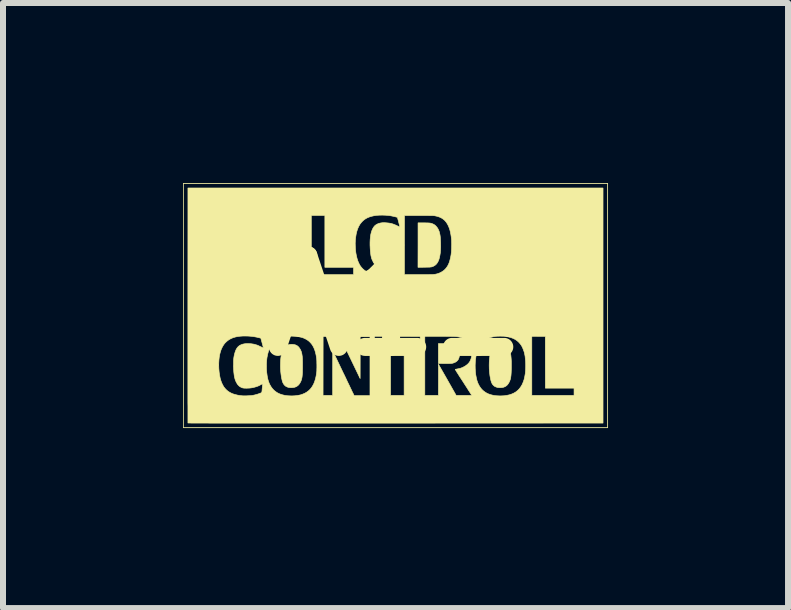
<source format=kicad_pcb>
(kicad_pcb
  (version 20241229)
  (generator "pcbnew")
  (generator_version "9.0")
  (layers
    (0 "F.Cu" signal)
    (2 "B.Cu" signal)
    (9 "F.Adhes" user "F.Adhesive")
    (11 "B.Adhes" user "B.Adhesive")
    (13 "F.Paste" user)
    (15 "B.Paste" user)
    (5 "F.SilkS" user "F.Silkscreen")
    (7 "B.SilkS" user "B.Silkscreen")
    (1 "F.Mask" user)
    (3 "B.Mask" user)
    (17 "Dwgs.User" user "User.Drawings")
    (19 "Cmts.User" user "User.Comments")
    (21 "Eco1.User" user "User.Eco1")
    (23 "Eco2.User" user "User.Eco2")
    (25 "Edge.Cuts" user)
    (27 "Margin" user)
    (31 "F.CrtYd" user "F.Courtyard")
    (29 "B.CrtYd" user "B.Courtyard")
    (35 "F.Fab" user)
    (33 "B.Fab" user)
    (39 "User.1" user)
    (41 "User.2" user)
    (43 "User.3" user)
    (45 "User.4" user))
  (footprint "A11"
    (layer "F.Cu")
    (at 3.54 2.042)
    (property "Reference" "A11" (at 0 0 0) (layer "F.SilkS") (effects (font (size 1.524 1.524) (thickness 0.3))))
    (attr through_hole)
    (fp_poly (pts (xy 3.538 2.037) (xy -3.535 2.037) (xy -3.535 -2.034) (xy -3.533 -2.034) (xy -3.533 2.034) (xy 3.535 2.034) (xy 3.535 -2.034) (xy -3.533 -2.034) (xy -3.535 -2.034) (xy -3.535 -2.037) (xy 3.538 -2.037) (xy 3.538 2.037)) (stroke (width 0.01) (type solid)) (fill yes) (layer "F.SilkS"))
    (fp_poly (pts (xy 0.831 0.635) (xy 0.946 0.636) (xy 0.966 0.643) (xy 0.986 0.651) (xy 1.002 0.661) (xy 1.016 0.672) (xy 1.025 0.682) (xy 1.041 0.703) (xy 1.054 0.728) (xy 1.062 0.756) (xy 1.067 0.787) (xy 1.068 0.81) (xy 1.066 0.841) (xy 1.06 0.868) (xy 1.051 0.892) (xy 1.038 0.913) (xy 1.02 0.93) (xy 0.999 0.944) (xy 0.974 0.955) (xy 0.958 0.96) (xy 0.951 0.962) (xy 0.942 0.963) (xy 0.931 0.965) (xy 0.919 0.965) (xy 0.903 0.966) (xy 0.884 0.966) (xy 0.862 0.967) (xy 0.836 0.966) (xy 0.805 0.966) (xy 0.779 0.966) (xy 0.716 0.965) (xy 0.716 0.634) (xy 0.831 0.635)) (stroke (width 0.01) (type solid)) (fill yes) (layer "F.SilkS"))
    (fp_poly (pts (xy 0.469 -1.378) (xy 0.496 -1.378) (xy 0.519 -1.377) (xy 0.539 -1.377) (xy 0.555 -1.376) (xy 0.568 -1.375) (xy 0.58 -1.374) (xy 0.591 -1.371) (xy 0.6 -1.369) (xy 0.61 -1.366) (xy 0.621 -1.361) (xy 0.622 -1.361) (xy 0.642 -1.351) (xy 0.66 -1.339) (xy 0.676 -1.324) (xy 0.692 -1.305) (xy 0.7 -1.294) (xy 0.711 -1.276) (xy 0.72 -1.256) (xy 0.729 -1.235) (xy 0.735 -1.212) (xy 0.741 -1.187) (xy 0.746 -1.158) (xy 0.749 -1.126) (xy 0.751 -1.091) (xy 0.753 -1.05) (xy 0.753 -1.032) (xy 0.754 -0.976) (xy 0.752 -0.924) (xy 0.748 -0.877) (xy 0.741 -0.834) (xy 0.733 -0.796) (xy 0.723 -0.762) (xy 0.71 -0.732) (xy 0.695 -0.707) (xy 0.678 -0.686) (xy 0.659 -0.67) (xy 0.642 -0.66) (xy 0.633 -0.655) (xy 0.624 -0.651) (xy 0.616 -0.648) (xy 0.607 -0.645) (xy 0.597 -0.643) (xy 0.586 -0.642) (xy 0.573 -0.64) (xy 0.557 -0.64) (xy 0.538 -0.639) (xy 0.516 -0.639) (xy 0.489 -0.638) (xy 0.479 -0.638) (xy 0.376 -0.637) (xy 0.377 -1.007) (xy 0.377 -1.378) (xy 0.469 -1.378)) (stroke (width 0.01) (type solid)) (fill yes) (layer "F.SilkS"))
    (fp_poly (pts (xy 1.766 0.647) (xy 1.786 0.649) (xy 1.803 0.653) (xy 1.825 0.661) (xy 1.846 0.674) (xy 1.865 0.689) (xy 1.876 0.702) (xy 1.887 0.718) (xy 1.897 0.736) (xy 1.905 0.757) (xy 1.913 0.779) (xy 1.919 0.804) (xy 1.924 0.832) (xy 1.927 0.863) (xy 1.93 0.897) (xy 1.932 0.936) (xy 1.932 0.979) (xy 1.932 1.026) (xy 1.932 1.037) (xy 1.931 1.076) (xy 1.93 1.109) (xy 1.928 1.139) (xy 1.926 1.165) (xy 1.923 1.187) (xy 1.92 1.208) (xy 1.916 1.226) (xy 1.91 1.243) (xy 1.905 1.258) (xy 1.9 1.269) (xy 1.885 1.296) (xy 1.869 1.319) (xy 1.85 1.337) (xy 1.828 1.351) (xy 1.804 1.361) (xy 1.777 1.367) (xy 1.747 1.369) (xy 1.742 1.369) (xy 1.729 1.368) (xy 1.715 1.367) (xy 1.704 1.366) (xy 1.7 1.365) (xy 1.675 1.357) (xy 1.652 1.346) (xy 1.633 1.33) (xy 1.617 1.312) (xy 1.617 1.311) (xy 1.606 1.292) (xy 1.597 1.268) (xy 1.589 1.24) (xy 1.582 1.207) (xy 1.575 1.168) (xy 1.57 1.125) (xy 1.568 1.109) (xy 1.564 1.053) (xy 1.563 0.998) (xy 1.564 0.945) (xy 1.567 0.895) (xy 1.573 0.847) (xy 1.581 0.802) (xy 1.592 0.762) (xy 1.594 0.756) (xy 1.605 0.728) (xy 1.618 0.705) (xy 1.634 0.686) (xy 1.653 0.671) (xy 1.676 0.659) (xy 1.702 0.652) (xy 1.726 0.648) (xy 1.745 0.647) (xy 1.766 0.647)) (stroke (width 0.01) (type solid)) (fill yes) (layer "F.SilkS"))
    (fp_poly (pts (xy -1.69 0.65) (xy -1.666 0.656) (xy -1.646 0.665) (xy -1.645 0.665) (xy -1.628 0.677) (xy -1.611 0.693) (xy -1.596 0.714) (xy -1.582 0.737) (xy -1.571 0.762) (xy -1.563 0.789) (xy -1.561 0.797) (xy -1.558 0.813) (xy -1.556 0.828) (xy -1.553 0.843) (xy -1.552 0.86) (xy -1.55 0.877) (xy -1.549 0.897) (xy -1.549 0.919) (xy -1.548 0.945) (xy -1.548 0.975) (xy -1.548 1.006) (xy -1.548 1.045) (xy -1.549 1.081) (xy -1.549 1.112) (xy -1.551 1.139) (xy -1.553 1.163) (xy -1.555 1.184) (xy -1.558 1.203) (xy -1.562 1.22) (xy -1.566 1.236) (xy -1.571 1.25) (xy -1.577 1.265) (xy -1.582 1.275) (xy -1.597 1.301) (xy -1.614 1.323) (xy -1.634 1.34) (xy -1.655 1.353) (xy -1.68 1.362) (xy -1.707 1.367) (xy -1.738 1.369) (xy -1.738 1.369) (xy -1.751 1.368) (xy -1.765 1.367) (xy -1.776 1.366) (xy -1.78 1.365) (xy -1.805 1.357) (xy -1.828 1.345) (xy -1.847 1.329) (xy -1.863 1.309) (xy -1.876 1.285) (xy -1.884 1.264) (xy -1.893 1.227) (xy -1.901 1.186) (xy -1.907 1.143) (xy -1.912 1.097) (xy -1.915 1.05) (xy -1.916 1.002) (xy -1.915 0.955) (xy -1.913 0.91) (xy -1.909 0.866) (xy -1.908 0.865) (xy -1.904 0.835) (xy -1.898 0.806) (xy -1.892 0.779) (xy -1.885 0.754) (xy -1.877 0.734) (xy -1.869 0.717) (xy -1.868 0.715) (xy -1.858 0.7) (xy -1.844 0.686) (xy -1.83 0.674) (xy -1.815 0.665) (xy -1.815 0.665) (xy -1.792 0.656) (xy -1.768 0.65) (xy -1.742 0.647) (xy -1.715 0.647) (xy -1.69 0.65)) (stroke (width 0.01) (type solid)) (fill yes) (layer "F.SilkS"))
    (fp_poly (pts (xy 3.46 1.959) (xy 0.002 1.96) (xy -0.163 1.96) (xy -0.323 1.96) (xy -0.479 1.96) (xy -0.629 1.96) (xy -0.775 1.96) (xy -0.915 1.96) (xy -1.051 1.96) (xy -1.183 1.96) (xy -1.31 1.96) (xy -1.433 1.96) (xy -1.551 1.96) (xy -1.664 1.96) (xy -1.774 1.96) (xy -1.879 1.96) (xy -1.981 1.96) (xy -2.078 1.96) (xy -2.171 1.96) (xy -2.26 1.96) (xy -2.346 1.96) (xy -2.427 1.96) (xy -2.505 1.96) (xy -2.58 1.96) (xy -2.65 1.96) (xy -2.717 1.96) (xy -2.781 1.96) (xy -2.842 1.96) (xy -2.899 1.96) (xy -2.953 1.96) (xy -3.003 1.96) (xy -3.051 1.96) (xy -3.095 1.96) (xy -3.137 1.959) (xy -3.176 1.959) (xy -3.212 1.959) (xy -3.245 1.959) (xy -3.275 1.959) (xy -3.303 1.959) (xy -3.328 1.959) (xy -3.351 1.959) (xy -3.372 1.959) (xy -3.39 1.959) (xy -3.405 1.959) (xy -3.419 1.958) (xy -3.43 1.958) (xy -3.44 1.958) (xy -3.447 1.958) (xy -3.452 1.958) (xy -3.456 1.958) (xy -3.458 1.958) (xy -3.458 1.958) (xy -3.458 1.955) (xy -3.458 1.947) (xy -3.458 1.935) (xy -3.458 1.918) (xy -3.458 1.896) (xy -3.458 1.87) (xy -3.458 1.839) (xy -3.458 1.804) (xy -3.458 1.765) (xy -3.458 1.722) (xy -3.458 1.676) (xy -3.459 1.625) (xy -3.459 1.571) (xy -3.459 1.514) (xy -3.459 1.453) (xy -3.459 1.389) (xy -3.459 1.321) (xy -3.459 1.251) (xy -3.459 1.178) (xy -3.459 1.102) (xy -3.459 1.024) (xy -3.459 0.991) (xy -2.945 0.991) (xy -2.943 1.052) (xy -2.938 1.11) (xy -2.93 1.164) (xy -2.92 1.214) (xy -2.906 1.26) (xy -2.889 1.302) (xy -2.869 1.34) (xy -2.861 1.354) (xy -2.85 1.368) (xy -2.837 1.384) (xy -2.822 1.4) (xy -2.806 1.415) (xy -2.791 1.427) (xy -2.785 1.432) (xy -2.752 1.452) (xy -2.716 1.469) (xy -2.675 1.482) (xy -2.631 1.493) (xy -2.583 1.501) (xy -2.551 1.504) (xy -2.54 1.505) (xy -2.525 1.505) (xy -2.507 1.505) (xy -2.487 1.505) (xy -2.467 1.504) (xy -2.447 1.503) (xy -2.428 1.502) (xy -2.412 1.501) (xy -2.4 1.5) (xy -2.399 1.5) (xy -2.368 1.495) (xy -2.341 1.489) (xy -2.314 1.482) (xy -2.288 1.474) (xy -2.269 1.467) (xy -2.253 1.461) (xy -2.242 1.457) (xy -2.234 1.452) (xy -2.229 1.449) (xy -2.229 1.448) (xy -2.228 1.445) (xy -2.226 1.44) (xy -2.225 1.432) (xy -2.223 1.42) (xy -2.222 1.405) (xy -2.22 1.385) (xy -2.219 1.373) (xy -2.217 1.354) (xy -2.216 1.338) (xy -2.215 1.323) (xy -2.214 1.312) (xy -2.213 1.305) (xy -2.213 1.301) (xy -2.213 1.301) (xy -2.215 1.302) (xy -2.221 1.306) (xy -2.229 1.311) (xy -2.24 1.317) (xy -2.242 1.318) (xy -2.261 1.329) (xy -2.28 1.338) (xy -2.3 1.346) (xy -2.321 1.353) (xy -2.345 1.36) (xy -2.377 1.368) (xy -2.407 1.373) (xy -2.436 1.376) (xy -2.468 1.377) (xy -2.481 1.378) (xy -2.502 1.377) (xy -2.519 1.377) (xy -2.533 1.375) (xy -2.545 1.373) (xy -2.557 1.369) (xy -2.57 1.363) (xy -2.577 1.36) (xy -2.597 1.348) (xy -2.614 1.333) (xy -2.63 1.315) (xy -2.635 1.307) (xy -2.641 1.297) (xy -2.212 1.297) (xy -2.211 1.298) (xy -2.21 1.297) (xy -2.211 1.295) (xy -2.212 1.297) (xy -2.641 1.297) (xy -2.647 1.288) (xy -2.657 1.268) (xy -2.666 1.248) (xy -2.673 1.227) (xy -2.679 1.204) (xy -2.685 1.177) (xy -2.689 1.148) (xy -2.693 1.114) (xy -2.694 1.106) (xy -2.695 1.085) (xy -2.697 1.06) (xy -2.698 1.034) (xy -2.698 1.008) (xy -2.15 1.008) (xy -2.149 1.057) (xy -2.146 1.106) (xy -2.14 1.152) (xy -2.138 1.167) (xy -2.132 1.202) (xy -2.124 1.236) (xy -2.114 1.268) (xy -2.103 1.297) (xy -2.095 1.314) (xy -2.074 1.351) (xy -2.051 1.383) (xy -2.024 1.412) (xy -1.994 1.436) (xy -1.962 1.457) (xy -1.925 1.474) (xy -1.886 1.487) (xy -1.843 1.497) (xy -1.801 1.503) (xy -1.784 1.504) (xy -1.764 1.505) (xy -1.741 1.506) (xy -1.719 1.506) (xy -1.697 1.505) (xy -1.677 1.504) (xy -1.669 1.503) (xy -1.631 1.498) (xy -1.206 1.498) (xy -1.046 1.498) (xy -1.046 1.127) (xy -1.045 0.755) (xy -0.888 1.084) (xy -0.869 1.124) (xy -0.85 1.162) (xy -0.832 1.2) (xy -0.815 1.236) (xy -0.799 1.271) (xy -0.783 1.303) (xy -0.768 1.334) (xy -0.755 1.362) (xy -0.743 1.387) (xy -0.733 1.408) (xy -0.724 1.427) (xy -0.717 1.442) (xy -0.712 1.452) (xy -0.709 1.457) (xy -0.688 1.501) (xy -0.424 1.501) (xy -0.424 0.635) (xy -0.35 0.635) (xy -0.081 0.635) (xy -0.081 1.498) (xy 0.145 1.498) (xy 0.49 1.498) (xy 0.716 1.498) (xy 0.717 1.238) (xy 0.717 0.978) (xy 0.865 1.237) (xy 1.012 1.497) (xy 1.142 1.498) (xy 1.167 1.498) (xy 1.191 1.498) (xy 1.213 1.498) (xy 1.231 1.498) (xy 1.247 1.498) (xy 1.26 1.498) (xy 1.268 1.497) (xy 1.272 1.497) (xy 1.272 1.497) (xy 1.271 1.495) (xy 1.267 1.489) (xy 1.261 1.479) (xy 1.252 1.465) (xy 1.242 1.449) (xy 1.229 1.429) (xy 1.215 1.408) (xy 1.2 1.383) (xy 1.183 1.357) (xy 1.165 1.329) (xy 1.146 1.3) (xy 1.133 1.279) (xy 1.11 1.244) (xy 1.09 1.213) (xy 1.072 1.186) (xy 1.057 1.162) (xy 1.044 1.141) (xy 1.033 1.124) (xy 1.023 1.109) (xy 1.016 1.097) (xy 1.01 1.087) (xy 1.005 1.079) (xy 1.002 1.073) (xy 1 1.069) (xy 0.998 1.066) (xy 0.998 1.064) (xy 0.998 1.063) (xy 0.999 1.062) (xy 1 1.062) (xy 1.01 1.061) (xy 1.024 1.058) (xy 1.039 1.055) (xy 1.055 1.052) (xy 1.07 1.049) (xy 1.082 1.045) (xy 1.091 1.043) (xy 1.091 1.043) (xy 1.123 1.03) (xy 1.153 1.014) (xy 1.177 0.999) (xy 1.329 0.999) (xy 1.33 1.05) (xy 1.333 1.1) (xy 1.338 1.149) (xy 1.347 1.197) (xy 1.357 1.241) (xy 1.36 1.252) (xy 1.375 1.294) (xy 1.394 1.332) (xy 1.415 1.366) (xy 1.44 1.397) (xy 1.469 1.424) (xy 1.501 1.447) (xy 1.53 1.464) (xy 1.554 1.474) (xy 1.582 1.484) (xy 1.613 1.492) (xy 1.645 1.499) (xy 1.677 1.503) (xy 1.679 1.503) (xy 1.695 1.504) (xy 1.715 1.505) (xy 1.737 1.506) (xy 1.76 1.506) (xy 1.781 1.505) (xy 1.8 1.504) (xy 1.81 1.504) (xy 1.848 1.498) (xy 2.273 1.498) (xy 2.977 1.498) (xy 2.977 1.377) (xy 2.499 1.377) (xy 2.498 0.945) (xy 2.498 0.514) (xy 2.385 0.514) (xy 2.273 0.513) (xy 2.273 1.498) (xy 1.848 1.498) (xy 1.856 1.497) (xy 1.899 1.488) (xy 1.938 1.475) (xy 1.974 1.459) (xy 2.006 1.44) (xy 2.009 1.438) (xy 2.04 1.413) (xy 2.067 1.385) (xy 2.091 1.352) (xy 2.112 1.317) (xy 2.129 1.277) (xy 2.144 1.234) (xy 2.155 1.186) (xy 2.164 1.135) (xy 2.169 1.08) (xy 2.171 1.02) (xy 2.171 0.975) (xy 2.169 0.928) (xy 2.165 0.885) (xy 2.161 0.845) (xy 2.154 0.809) (xy 2.146 0.775) (xy 2.135 0.743) (xy 2.123 0.713) (xy 2.116 0.697) (xy 2.103 0.672) (xy 2.089 0.651) (xy 2.073 0.631) (xy 2.055 0.611) (xy 2.027 0.586) (xy 1.996 0.565) (xy 1.96 0.547) (xy 1.921 0.533) (xy 1.878 0.522) (xy 1.832 0.514) (xy 1.822 0.513) (xy 1.808 0.512) (xy 1.79 0.511) (xy 1.77 0.511) (xy 1.749 0.51) (xy 1.728 0.511) (xy 1.708 0.511) (xy 1.691 0.512) (xy 1.678 0.513) (xy 1.677 0.513) (xy 1.633 0.52) (xy 1.592 0.53) (xy 1.555 0.544) (xy 1.521 0.561) (xy 1.49 0.582) (xy 1.46 0.607) (xy 1.452 0.614) (xy 1.429 0.64) (xy 1.408 0.668) (xy 1.391 0.698) (xy 1.375 0.73) (xy 1.363 0.765) (xy 1.351 0.806) (xy 1.342 0.851) (xy 1.335 0.898) (xy 1.331 0.948) (xy 1.329 0.999) (xy 1.177 0.999) (xy 1.181 0.996) (xy 1.205 0.976) (xy 1.223 0.957) (xy 1.239 0.935) (xy 1.252 0.909) (xy 1.262 0.88) (xy 1.269 0.849) (xy 1.273 0.815) (xy 1.274 0.781) (xy 1.273 0.76) (xy 1.267 0.721) (xy 1.258 0.686) (xy 1.245 0.654) (xy 1.228 0.625) (xy 1.207 0.6) (xy 1.183 0.578) (xy 1.155 0.559) (xy 1.122 0.544) (xy 1.086 0.531) (xy 1.046 0.522) (xy 1.044 0.522) (xy 1.035 0.521) (xy 1.024 0.519) (xy 1.011 0.518) (xy 0.997 0.517) (xy 0.98 0.516) (xy 0.961 0.515) (xy 0.939 0.515) (xy 0.913 0.514) (xy 0.885 0.514) (xy 0.852 0.514) (xy 0.816 0.513) (xy 0.775 0.513) (xy 0.729 0.513) (xy 0.71 0.513) (xy 0.49 0.513) (xy 0.49 1.498) (xy 0.145 1.498) (xy 0.145 0.635) (xy 0.414 0.635) (xy 0.413 0.514) (xy -0.35 0.513) (xy -0.35 0.635) (xy -0.424 0.635) (xy -0.424 0.516) (xy -0.587 0.516) (xy -0.588 1.217) (xy -0.757 0.866) (xy -0.927 0.514) (xy -1.205 0.514) (xy -1.206 1.498) (xy -1.631 1.498) (xy -1.624 1.498) (xy -1.582 1.489) (xy -1.544 1.476) (xy -1.509 1.461) (xy -1.478 1.443) (xy -1.477 1.442) (xy -1.447 1.42) (xy -1.421 1.395) (xy -1.397 1.366) (xy -1.377 1.334) (xy -1.359 1.299) (xy -1.344 1.26) (xy -1.331 1.217) (xy -1.321 1.17) (xy -1.313 1.118) (xy -1.313 1.114) (xy -1.311 1.1) (xy -1.31 1.081) (xy -1.31 1.06) (xy -1.309 1.036) (xy -1.309 1.01) (xy -1.309 0.985) (xy -1.31 0.959) (xy -1.31 0.935) (xy -1.311 0.913) (xy -1.312 0.894) (xy -1.314 0.878) (xy -1.314 0.877) (xy -1.322 0.827) (xy -1.332 0.782) (xy -1.345 0.74) (xy -1.36 0.703) (xy -1.378 0.669) (xy -1.399 0.638) (xy -1.424 0.611) (xy -1.438 0.597) (xy -1.467 0.575) (xy -1.498 0.557) (xy -1.532 0.541) (xy -1.57 0.529) (xy -1.611 0.52) (xy -1.656 0.514) (xy -1.705 0.511) (xy -1.73 0.51) (xy -1.764 0.511) (xy -1.795 0.513) (xy -1.823 0.516) (xy -1.85 0.521) (xy -1.876 0.527) (xy -1.893 0.533) (xy -1.933 0.548) (xy -1.969 0.567) (xy -2.001 0.59) (xy -2.031 0.617) (xy -2.057 0.648) (xy -2.08 0.683) (xy -2.1 0.721) (xy -2.116 0.763) (xy -2.129 0.81) (xy -2.139 0.86) (xy -2.141 0.871) (xy -2.146 0.914) (xy -2.149 0.96) (xy -2.15 1.008) (xy -2.698 1.008) (xy -2.698 1.006) (xy -2.698 0.979) (xy -2.698 0.952) (xy -2.698 0.927) (xy -2.697 0.905) (xy -2.695 0.886) (xy -2.694 0.874) (xy -2.688 0.838) (xy -2.68 0.804) (xy -2.671 0.773) (xy -2.66 0.745) (xy -2.653 0.729) (xy -2.637 0.704) (xy -2.619 0.683) (xy -2.597 0.666) (xy -2.571 0.653) (xy -2.543 0.643) (xy -2.511 0.637) (xy -2.475 0.634) (xy -2.436 0.635) (xy -2.433 0.635) (xy -2.404 0.637) (xy -2.377 0.641) (xy -2.353 0.645) (xy -2.33 0.652) (xy -2.306 0.659) (xy -2.282 0.669) (xy -2.255 0.682) (xy -2.235 0.691) (xy -2.223 0.697) (xy -2.213 0.702) (xy -2.205 0.705) (xy -2.201 0.707) (xy -2.2 0.708) (xy -2.201 0.705) (xy -2.203 0.699) (xy -2.205 0.688) (xy -2.208 0.675) (xy -2.212 0.66) (xy -2.217 0.644) (xy -2.221 0.627) (xy -2.226 0.609) (xy -2.23 0.593) (xy -2.234 0.578) (xy -2.238 0.565) (xy -2.24 0.554) (xy -2.242 0.547) (xy -2.243 0.545) (xy -2.243 0.545) (xy -2.246 0.543) (xy -2.254 0.541) (xy -2.266 0.538) (xy -2.28 0.535) (xy -2.297 0.531) (xy -2.312 0.527) (xy -2.356 0.519) (xy -2.402 0.513) (xy -2.448 0.509) (xy -2.495 0.508) (xy -2.541 0.508) (xy -2.584 0.511) (xy -2.625 0.516) (xy -2.661 0.523) (xy -2.703 0.535) (xy -2.741 0.551) (xy -2.777 0.571) (xy -2.808 0.595) (xy -2.837 0.622) (xy -2.862 0.653) (xy -2.883 0.688) (xy -2.901 0.726) (xy -2.907 0.741) (xy -2.919 0.779) (xy -2.929 0.818) (xy -2.936 0.859) (xy -2.941 0.903) (xy -2.944 0.95) (xy -2.945 0.991) (xy -3.459 0.991) (xy -3.459 0.943) (xy -3.459 0.859) (xy -3.459 0.774) (xy -3.459 0.686) (xy -3.459 0.596) (xy -3.459 0.504) (xy -3.459 0.411) (xy -3.459 0.316) (xy -3.459 0.219) (xy -3.459 0.121) (xy -3.459 0.022) (xy -3.459 -0.003) (xy -3.458 -1.501) (xy -1.402 -1.501) (xy -1.402 -0.516) (xy -0.698 -0.516) (xy -0.698 -0.637) (xy -1.176 -0.637) (xy -1.176 -1.04) (xy -0.67 -1.04) (xy -0.669 -1) (xy -0.667 -0.958) (xy -0.664 -0.916) (xy -0.659 -0.876) (xy -0.652 -0.838) (xy -0.651 -0.834) (xy -0.64 -0.787) (xy -0.626 -0.743) (xy -0.609 -0.704) (xy -0.59 -0.668) (xy -0.567 -0.637) (xy -0.541 -0.609) (xy -0.512 -0.585) (xy -0.479 -0.564) (xy -0.443 -0.547) (xy -0.403 -0.533) (xy -0.359 -0.522) (xy -0.312 -0.514) (xy -0.281 -0.511) (xy -0.265 -0.51) (xy -0.245 -0.509) (xy -0.223 -0.509) (xy -0.2 -0.51) (xy -0.177 -0.51) (xy -0.155 -0.512) (xy -0.136 -0.513) (xy -0.125 -0.514) (xy -0.116 -0.516) (xy 0.15 -0.516) (xy 0.379 -0.516) (xy 0.422 -0.516) (xy 0.462 -0.516) (xy 0.498 -0.516) (xy 0.53 -0.516) (xy 0.559 -0.516) (xy 0.583 -0.517) (xy 0.604 -0.517) (xy 0.619 -0.517) (xy 0.63 -0.518) (xy 0.635 -0.518) (xy 0.672 -0.523) (xy 0.704 -0.531) (xy 0.734 -0.542) (xy 0.763 -0.556) (xy 0.79 -0.573) (xy 0.791 -0.573) (xy 0.815 -0.592) (xy 0.836 -0.613) (xy 0.855 -0.637) (xy 0.872 -0.663) (xy 0.887 -0.693) (xy 0.9 -0.726) (xy 0.91 -0.763) (xy 0.92 -0.804) (xy 0.928 -0.85) (xy 0.931 -0.876) (xy 0.933 -0.891) (xy 0.934 -0.911) (xy 0.935 -0.933) (xy 0.936 -0.958) (xy 0.936 -0.984) (xy 0.937 -1.01) (xy 0.937 -1.035) (xy 0.936 -1.059) (xy 0.936 -1.08) (xy 0.935 -1.097) (xy 0.935 -1.099) (xy 0.93 -1.145) (xy 0.923 -1.189) (xy 0.915 -1.23) (xy 0.905 -1.267) (xy 0.899 -1.286) (xy 0.883 -1.326) (xy 0.865 -1.361) (xy 0.845 -1.391) (xy 0.822 -1.418) (xy 0.796 -1.44) (xy 0.767 -1.459) (xy 0.735 -1.474) (xy 0.7 -1.486) (xy 0.664 -1.494) (xy 0.659 -1.495) (xy 0.654 -1.496) (xy 0.649 -1.497) (xy 0.643 -1.497) (xy 0.637 -1.498) (xy 0.63 -1.498) (xy 0.621 -1.499) (xy 0.61 -1.499) (xy 0.597 -1.499) (xy 0.581 -1.499) (xy 0.563 -1.499) (xy 0.542 -1.5) (xy 0.517 -1.5) (xy 0.488 -1.5) (xy 0.455 -1.5) (xy 0.417 -1.5) (xy 0.151 -1.5) (xy 0.15 -1.008) (xy 0.15 -0.516) (xy -0.116 -0.516) (xy -0.104 -0.517) (xy -0.085 -0.52) (xy -0.068 -0.524) (xy -0.049 -0.529) (xy -0.029 -0.535) (xy -0.008 -0.541) (xy 0.011 -0.548) (xy 0.026 -0.554) (xy 0.038 -0.56) (xy 0.045 -0.565) (xy 0.047 -0.567) (xy 0.048 -0.569) (xy 0.049 -0.572) (xy 0.05 -0.577) (xy 0.052 -0.584) (xy 0.053 -0.594) (xy 0.054 -0.607) (xy 0.056 -0.625) (xy 0.057 -0.641) (xy 0.059 -0.66) (xy 0.06 -0.676) (xy 0.061 -0.691) (xy 0.062 -0.702) (xy 0.062 -0.71) (xy 0.063 -0.713) (xy 0.063 -0.713) (xy 0.06 -0.712) (xy 0.054 -0.709) (xy 0.046 -0.704) (xy 0.037 -0.698) (xy 0.005 -0.681) (xy -0.031 -0.666) (xy -0.071 -0.654) (xy -0.113 -0.644) (xy -0.159 -0.638) (xy -0.193 -0.636) (xy -0.227 -0.636) (xy -0.258 -0.64) (xy -0.286 -0.648) (xy -0.31 -0.659) (xy -0.332 -0.675) (xy -0.348 -0.691) (xy -0.356 -0.703) (xy -0.365 -0.717) (xy 0.063 -0.717) (xy 0.065 -0.716) (xy 0.066 -0.717) (xy 0.065 -0.719) (xy 0.063 -0.717) (xy -0.365 -0.717) (xy -0.366 -0.719) (xy -0.375 -0.736) (xy -0.384 -0.755) (xy -0.392 -0.772) (xy -0.397 -0.787) (xy -0.403 -0.81) (xy -0.409 -0.837) (xy -0.413 -0.869) (xy -0.417 -0.904) (xy -0.42 -0.943) (xy -0.422 -0.985) (xy -0.423 -1.005) (xy -0.423 -1.054) (xy -0.421 -1.1) (xy -0.417 -1.143) (xy -0.411 -1.183) (xy -0.402 -1.22) (xy -0.391 -1.253) (xy -0.378 -1.282) (xy -0.363 -1.307) (xy -0.347 -1.327) (xy -0.332 -1.34) (xy -0.309 -1.355) (xy -0.282 -1.367) (xy -0.252 -1.375) (xy -0.219 -1.38) (xy -0.183 -1.381) (xy -0.154 -1.379) (xy -0.113 -1.375) (xy -0.076 -1.369) (xy -0.048 -1.361) (xy -0.038 -1.358) (xy -0.024 -1.352) (xy -0.008 -1.346) (xy 0.009 -1.339) (xy 0.026 -1.331) (xy 0.042 -1.323) (xy 0.056 -1.317) (xy 0.061 -1.314) (xy 0.069 -1.309) (xy 0.074 -1.307) (xy 0.075 -1.308) (xy 0.075 -1.31) (xy 0.074 -1.313) (xy 0.072 -1.321) (xy 0.069 -1.332) (xy 0.065 -1.347) (xy 0.061 -1.364) (xy 0.056 -1.382) (xy 0.055 -1.388) (xy 0.05 -1.407) (xy 0.045 -1.424) (xy 0.041 -1.439) (xy 0.038 -1.451) (xy 0.036 -1.46) (xy 0.034 -1.465) (xy 0.034 -1.466) (xy 0.031 -1.468) (xy 0.024 -1.472) (xy 0.013 -1.475) (xy -0.002 -1.479) (xy -0.018 -1.483) (xy -0.036 -1.487) (xy -0.055 -1.491) (xy -0.074 -1.495) (xy -0.093 -1.498) (xy -0.109 -1.5) (xy -0.164 -1.505) (xy -0.217 -1.507) (xy -0.267 -1.506) (xy -0.315 -1.503) (xy -0.36 -1.496) (xy -0.402 -1.486) (xy -0.44 -1.474) (xy -0.474 -1.459) (xy -0.482 -1.455) (xy -0.514 -1.435) (xy -0.543 -1.411) (xy -0.569 -1.383) (xy -0.592 -1.353) (xy -0.612 -1.318) (xy -0.629 -1.279) (xy -0.643 -1.237) (xy -0.654 -1.191) (xy -0.662 -1.14) (xy -0.668 -1.085) (xy -0.668 -1.077) (xy -0.67 -1.04) (xy -1.176 -1.04) (xy -1.176 -1.501) (xy -1.402 -1.501) (xy -3.458 -1.501) (xy -3.458 -1.959) (xy 3.46 -1.959) (xy 3.46 1.959)) (stroke (width 0.01) (type solid)) (fill yes) (layer "F.SilkS")))
  (gr_rect
    (start -3 -3)
    (end 10.083 7.084)
    (stroke (width 0.1) (type default))
    (fill no)
    (layer "Edge.Cuts")))
</source>
